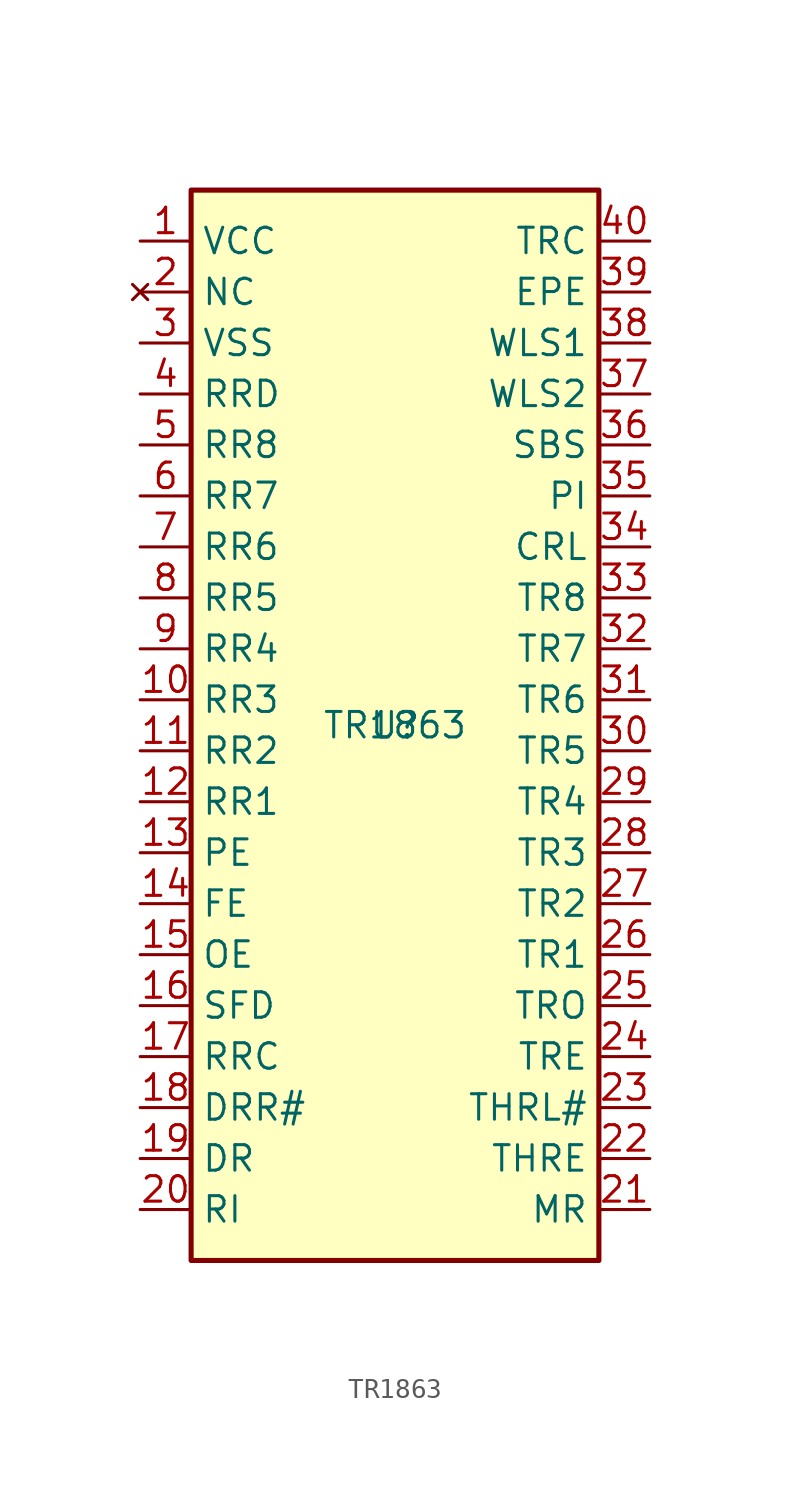
<source format=kicad_sym>
(kicad_symbol_lib
  (version 20231120)
  (generator "kicad_symbol_editor")
  (generator_version "8.0")
  (symbol "TR1863"
    (property "Reference" "U"
      (at 0 0 0)
      (effects (font (size 1.27 1.27))))
    (property "Value" "TR1863"
      (at 0 0 0)
      (effects (font (size 1.27 1.27))))
    (symbol "TR1863_1_1"
      (rectangle (start -10.16 26.67) (end 10.16 -26.67) (stroke (width 0.254) (type default)) (fill (type background)))
      (pin power_in line (at -12.7 24.13 0) (length 2.54) (name "VCC" (effects (font (size 1.27 1.27)))) (number "1" (effects (font (size 1.27 1.27)))))
      (pin output line (at -12.7 1.27 0) (length 2.54) (name "RR3" (effects (font (size 1.27 1.27)))) (number "10" (effects (font (size 1.27 1.27)))))
      (pin output line (at -12.7 -1.27 0) (length 2.54) (name "RR2" (effects (font (size 1.27 1.27)))) (number "11" (effects (font (size 1.27 1.27)))))
      (pin output line (at -12.7 -3.81 0) (length 2.54) (name "RR1" (effects (font (size 1.27 1.27)))) (number "12" (effects (font (size 1.27 1.27)))))
      (pin output line (at -12.7 -6.35 0) (length 2.54) (name "PE" (effects (font (size 1.27 1.27)))) (number "13" (effects (font (size 1.27 1.27)))))
      (pin output line (at -12.7 -8.89 0) (length 2.54) (name "FE" (effects (font (size 1.27 1.27)))) (number "14" (effects (font (size 1.27 1.27)))))
      (pin output line (at -12.7 -11.43 0) (length 2.54) (name "OE" (effects (font (size 1.27 1.27)))) (number "15" (effects (font (size 1.27 1.27)))))
      (pin input line (at -12.7 -13.97 0) (length 2.54) (name "SFD" (effects (font (size 1.27 1.27)))) (number "16" (effects (font (size 1.27 1.27)))))
      (pin input line (at -12.7 -16.51 0) (length 2.54) (name "RRC" (effects (font (size 1.27 1.27)))) (number "17" (effects (font (size 1.27 1.27)))))
      (pin input line (at -12.7 -19.05 0) (length 2.54) (name "DRR#" (effects (font (size 1.27 1.27)))) (number "18" (effects (font (size 1.27 1.27)))))
      (pin output line (at -12.7 -21.59 0) (length 2.54) (name "DR" (effects (font (size 1.27 1.27)))) (number "19" (effects (font (size 1.27 1.27)))))
      (pin no_connect line (at -12.7 21.59 0) (length 2.54) (name "NC" (effects (font (size 1.27 1.27)))) (number "2" (effects (font (size 1.27 1.27)))))
      (pin input line (at -12.7 -24.13 0) (length 2.54) (name "RI" (effects (font (size 1.27 1.27)))) (number "20" (effects (font (size 1.27 1.27)))))
      (pin input line (at 12.7 -24.13 180) (length 2.54) (name "MR" (effects (font (size 1.27 1.27)))) (number "21" (effects (font (size 1.27 1.27)))))
      (pin output line (at 12.7 -21.59 180) (length 2.54) (name "THRE" (effects (font (size 1.27 1.27)))) (number "22" (effects (font (size 1.27 1.27)))))
      (pin input line (at 12.7 -19.05 180) (length 2.54) (name "THRL#" (effects (font (size 1.27 1.27)))) (number "23" (effects (font (size 1.27 1.27)))))
      (pin output line (at 12.7 -16.51 180) (length 2.54) (name "TRE" (effects (font (size 1.27 1.27)))) (number "24" (effects (font (size 1.27 1.27)))))
      (pin output line (at 12.7 -13.97 180) (length 2.54) (name "TRO" (effects (font (size 1.27 1.27)))) (number "25" (effects (font (size 1.27 1.27)))))
      (pin input line (at 12.7 -11.43 180) (length 2.54) (name "TR1" (effects (font (size 1.27 1.27)))) (number "26" (effects (font (size 1.27 1.27)))))
      (pin input line (at 12.7 -8.89 180) (length 2.54) (name "TR2" (effects (font (size 1.27 1.27)))) (number "27" (effects (font (size 1.27 1.27)))))
      (pin input line (at 12.7 -6.35 180) (length 2.54) (name "TR3" (effects (font (size 1.27 1.27)))) (number "28" (effects (font (size 1.27 1.27)))))
      (pin input line (at 12.7 -3.81 180) (length 2.54) (name "TR4" (effects (font (size 1.27 1.27)))) (number "29" (effects (font (size 1.27 1.27)))))
      (pin power_in line (at -12.7 19.05 0) (length 2.54) (name "VSS" (effects (font (size 1.27 1.27)))) (number "3" (effects (font (size 1.27 1.27)))))
      (pin input line (at 12.7 -1.27 180) (length 2.54) (name "TR5" (effects (font (size 1.27 1.27)))) (number "30" (effects (font (size 1.27 1.27)))))
      (pin input line (at 12.7 1.27 180) (length 2.54) (name "TR6" (effects (font (size 1.27 1.27)))) (number "31" (effects (font (size 1.27 1.27)))))
      (pin input line (at 12.7 3.81 180) (length 2.54) (name "TR7" (effects (font (size 1.27 1.27)))) (number "32" (effects (font (size 1.27 1.27)))))
      (pin input line (at 12.7 6.35 180) (length 2.54) (name "TR8" (effects (font (size 1.27 1.27)))) (number "33" (effects (font (size 1.27 1.27)))))
      (pin input line (at 12.7 8.89 180) (length 2.54) (name "CRL" (effects (font (size 1.27 1.27)))) (number "34" (effects (font (size 1.27 1.27)))))
      (pin input line (at 12.7 11.43 180) (length 2.54) (name "PI" (effects (font (size 1.27 1.27)))) (number "35" (effects (font (size 1.27 1.27)))))
      (pin input line (at 12.7 13.97 180) (length 2.54) (name "SBS" (effects (font (size 1.27 1.27)))) (number "36" (effects (font (size 1.27 1.27)))))
      (pin input line (at 12.7 16.51 180) (length 2.54) (name "WLS2" (effects (font (size 1.27 1.27)))) (number "37" (effects (font (size 1.27 1.27)))))
      (pin input line (at 12.7 19.05 180) (length 2.54) (name "WLS1" (effects (font (size 1.27 1.27)))) (number "38" (effects (font (size 1.27 1.27)))))
      (pin input line (at 12.7 21.59 180) (length 2.54) (name "EPE" (effects (font (size 1.27 1.27)))) (number "39" (effects (font (size 1.27 1.27)))))
      (pin input line (at -12.7 16.51 0) (length 2.54) (name "RRD" (effects (font (size 1.27 1.27)))) (number "4" (effects (font (size 1.27 1.27)))))
      (pin input line (at 12.7 24.13 180) (length 2.54) (name "TRC" (effects (font (size 1.27 1.27)))) (number "40" (effects (font (size 1.27 1.27)))))
      (pin output line (at -12.7 13.97 0) (length 2.54) (name "RR8" (effects (font (size 1.27 1.27)))) (number "5" (effects (font (size 1.27 1.27)))))
      (pin output line (at -12.7 11.43 0) (length 2.54) (name "RR7" (effects (font (size 1.27 1.27)))) (number "6" (effects (font (size 1.27 1.27)))))
      (pin output line (at -12.7 8.89 0) (length 2.54) (name "RR6" (effects (font (size 1.27 1.27)))) (number "7" (effects (font (size 1.27 1.27)))))
      (pin output line (at -12.7 6.35 0) (length 2.54) (name "RR5" (effects (font (size 1.27 1.27)))) (number "8" (effects (font (size 1.27 1.27)))))
      (pin output line (at -12.7 3.81 0) (length 2.54) (name "RR4" (effects (font (size 1.27 1.27)))) (number "9" (effects (font (size 1.27 1.27))))))))
</source>
